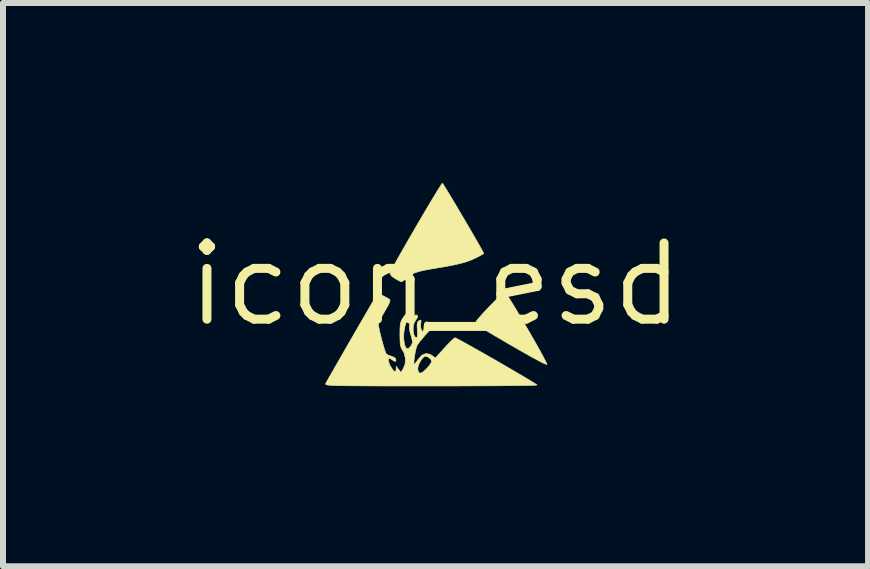
<source format=kicad_pcb>
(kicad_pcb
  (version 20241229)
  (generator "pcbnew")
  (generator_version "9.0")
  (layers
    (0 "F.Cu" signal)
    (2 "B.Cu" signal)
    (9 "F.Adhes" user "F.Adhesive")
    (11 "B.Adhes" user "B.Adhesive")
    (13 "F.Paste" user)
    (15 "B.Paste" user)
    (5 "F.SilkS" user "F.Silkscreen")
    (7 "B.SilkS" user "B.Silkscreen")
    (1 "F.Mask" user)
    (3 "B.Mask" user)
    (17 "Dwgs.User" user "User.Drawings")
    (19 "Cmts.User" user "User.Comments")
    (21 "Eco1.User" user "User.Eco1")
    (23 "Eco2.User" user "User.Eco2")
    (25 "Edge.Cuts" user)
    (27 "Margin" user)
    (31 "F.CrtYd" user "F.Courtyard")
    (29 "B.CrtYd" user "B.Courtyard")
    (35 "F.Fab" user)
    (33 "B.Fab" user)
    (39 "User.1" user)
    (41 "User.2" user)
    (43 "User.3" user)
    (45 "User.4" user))
  (footprint "icon_esd"
    (layer "F.Cu")
    (at 4.21 1.691)
    (property "Reference" "icon_esd" (at 0 0 0) (layer "F.SilkS") (effects (font (size 1.27 1.27) (thickness 0.15))))
    (attr through_hole)
    (fp_poly (pts (xy 1.174 0.15) (xy 1.209 0.201) (xy 1.258 0.278) (xy 1.318 0.376) (xy 1.386 0.49) (xy 1.459 0.614) (xy 1.535 0.743) (xy 1.609 0.871) (xy 1.679 0.994) (xy 1.742 1.106) (xy 1.794 1.202) (xy 1.832 1.275) (xy 1.854 1.322) (xy 1.858 1.336) (xy 1.839 1.331) (xy 1.788 1.308) (xy 1.711 1.268) (xy 1.612 1.215) (xy 1.497 1.15) (xy 1.397 1.093) (xy 1.21 0.986) (xy 1.057 0.896) (xy 0.934 0.824) (xy 0.839 0.767) (xy 0.768 0.723) (xy 0.719 0.69) (xy 0.687 0.666) (xy 0.671 0.65) (xy 0.667 0.639) (xy 0.681 0.613) (xy 0.719 0.565) (xy 0.775 0.501) (xy 0.843 0.427) (xy 0.917 0.35) (xy 0.99 0.276) (xy 1.058 0.211) (xy 1.112 0.162) (xy 1.148 0.135) (xy 1.157 0.131) (xy 1.174 0.15)) (stroke (width 0.01) (type solid)) (fill yes) (layer "F.SilkS"))
    (fp_poly (pts (xy 0.129 -1.668) (xy 0.16 -1.618) (xy 0.207 -1.542) (xy 0.265 -1.445) (xy 0.332 -1.334) (xy 0.404 -1.212) (xy 0.479 -1.085) (xy 0.553 -0.959) (xy 0.623 -0.839) (xy 0.685 -0.731) (xy 0.738 -0.639) (xy 0.777 -0.569) (xy 0.8 -0.526) (xy 0.804 -0.516) (xy 0.787 -0.503) (xy 0.742 -0.478) (xy 0.681 -0.446) (xy 0.595 -0.407) (xy 0.502 -0.373) (xy 0.395 -0.344) (xy 0.264 -0.315) (xy 0.101 -0.286) (xy 0.048 -0.277) (xy -0.095 -0.253) (xy -0.205 -0.232) (xy -0.286 -0.212) (xy -0.349 -0.191) (xy -0.398 -0.166) (xy -0.443 -0.135) (xy -0.466 -0.116) (xy -0.518 -0.075) (xy -0.556 -0.048) (xy -0.568 -0.043) (xy -0.593 -0.053) (xy -0.641 -0.078) (xy -0.674 -0.098) (xy -0.732 -0.139) (xy -0.756 -0.172) (xy -0.756 -0.192) (xy -0.742 -0.222) (xy -0.71 -0.283) (xy -0.663 -0.37) (xy -0.603 -0.477) (xy -0.533 -0.6) (xy -0.456 -0.735) (xy -0.374 -0.876) (xy -0.291 -1.02) (xy -0.208 -1.16) (xy -0.13 -1.293) (xy -0.057 -1.415) (xy 0.006 -1.519) (xy 0.057 -1.602) (xy 0.094 -1.659) (xy 0.113 -1.685) (xy 0.115 -1.686) (xy 0.129 -1.668)) (stroke (width 0.01) (type solid)) (fill yes) (layer "F.SilkS"))
    (fp_poly (pts (xy -0.943 0.157) (xy -0.899 0.177) (xy -0.844 0.205) (xy -0.791 0.234) (xy -0.766 0.25) (xy -0.758 0.267) (xy -0.767 0.302) (xy -0.795 0.36) (xy -0.845 0.446) (xy -0.891 0.527) (xy -0.928 0.597) (xy -0.949 0.647) (xy -0.952 0.663) (xy -0.947 0.704) (xy -0.933 0.773) (xy -0.913 0.858) (xy -0.889 0.949) (xy -0.865 1.035) (xy -0.843 1.105) (xy -0.827 1.149) (xy -0.822 1.157) (xy -0.788 1.18) (xy -0.738 1.197) (xy -0.689 1.216) (xy -0.663 1.241) (xy -0.659 1.277) (xy -0.68 1.284) (xy -0.719 1.26) (xy -0.72 1.259) (xy -0.762 1.232) (xy -0.784 1.239) (xy -0.787 1.275) (xy -0.766 1.334) (xy -0.756 1.355) (xy -0.716 1.42) (xy -0.684 1.453) (xy -0.663 1.449) (xy -0.656 1.415) (xy -0.655 1.365) (xy -0.616 1.416) (xy -0.577 1.467) (xy -0.539 1.409) (xy -0.536 1.401) (xy -0.296 1.401) (xy -0.287 1.46) (xy -0.259 1.482) (xy -0.214 1.465) (xy -0.153 1.411) (xy -0.14 1.397) (xy -0.097 1.344) (xy -0.069 1.3) (xy -0.064 1.282) (xy -0.081 1.245) (xy -0.121 1.212) (xy -0.166 1.197) (xy -0.182 1.2) (xy -0.218 1.23) (xy -0.255 1.285) (xy -0.285 1.347) (xy -0.296 1.401) (xy -0.536 1.401) (xy -0.507 1.327) (xy -0.502 1.232) (xy -0.524 1.141) (xy -0.547 1.101) (xy -0.569 1.066) (xy -0.582 1.025) (xy -0.59 0.968) (xy -0.592 0.884) (xy -0.593 0.835) (xy -0.592 0.739) (xy -0.587 0.673) (xy -0.577 0.626) (xy -0.558 0.584) (xy -0.528 0.538) (xy -0.48 0.479) (xy -0.439 0.449) (xy -0.412 0.45) (xy -0.402 0.484) (xy -0.417 0.527) (xy -0.444 0.561) (xy -0.483 0.618) (xy -0.511 0.704) (xy -0.528 0.805) (xy -0.53 0.908) (xy -0.517 1) (xy -0.509 1.025) (xy -0.483 1.07) (xy -0.454 1.073) (xy -0.417 1.036) (xy -0.409 1.024) (xy -0.388 0.983) (xy -0.385 0.941) (xy -0.4 0.882) (xy -0.426 0.789) (xy -0.437 0.724) (xy -0.434 0.673) (xy -0.417 0.625) (xy -0.4 0.594) (xy -0.366 0.543) (xy -0.335 0.512) (xy -0.324 0.508) (xy -0.299 0.522) (xy -0.303 0.556) (xy -0.329 0.594) (xy -0.357 0.644) (xy -0.371 0.709) (xy -0.372 0.779) (xy -0.361 0.839) (xy -0.338 0.879) (xy -0.315 0.889) (xy -0.301 0.874) (xy -0.299 0.825) (xy -0.303 0.766) (xy -0.307 0.675) (xy -0.296 0.624) (xy -0.291 0.617) (xy -0.257 0.594) (xy -0.24 0.605) (xy -0.244 0.637) (xy -0.25 0.687) (xy -0.243 0.738) (xy -0.226 0.775) (xy -0.211 0.783) (xy -0.197 0.765) (xy -0.191 0.719) (xy -0.191 0.71) (xy -0.183 0.648) (xy -0.158 0.624) (xy -0.11 0.633) (xy -0.084 0.646) (xy -0.02 0.679) (xy -0.149 0.821) (xy -0.21 0.891) (xy -0.264 0.956) (xy -0.3 1.005) (xy -0.307 1.017) (xy -0.321 1.058) (xy -0.336 1.119) (xy -0.348 1.189) (xy -0.357 1.256) (xy -0.36 1.308) (xy -0.356 1.333) (xy -0.355 1.333) (xy -0.338 1.317) (xy -0.307 1.277) (xy -0.29 1.251) (xy -0.227 1.181) (xy -0.161 1.152) (xy -0.092 1.165) (xy -0.061 1.184) (xy -0.002 1.227) (xy 0.151 1.058) (xy 0.215 0.989) (xy 0.271 0.934) (xy 0.31 0.898) (xy 0.325 0.889) (xy 0.349 0.899) (xy 0.403 0.928) (xy 0.484 0.972) (xy 0.586 1.029) (xy 0.704 1.096) (xy 0.834 1.169) (xy 0.97 1.247) (xy 1.107 1.326) (xy 1.241 1.404) (xy 1.366 1.477) (xy 1.478 1.543) (xy 1.571 1.599) (xy 1.641 1.642) (xy 1.683 1.669) (xy 1.693 1.677) (xy 1.672 1.68) (xy 1.612 1.682) (xy 1.516 1.684) (xy 1.387 1.686) (xy 1.229 1.688) (xy 1.043 1.69) (xy 0.833 1.691) (xy 0.603 1.692) (xy 0.355 1.693) (xy 0.093 1.693) (xy -0.076 1.693) (xy -0.392 1.693) (xy -0.667 1.693) (xy -0.906 1.693) (xy -1.11 1.692) (xy -1.282 1.691) (xy -1.425 1.69) (xy -1.541 1.689) (xy -1.634 1.687) (xy -1.705 1.684) (xy -1.757 1.681) (xy -1.794 1.678) (xy -1.817 1.673) (xy -1.829 1.668) (xy -1.833 1.662) (xy -1.832 1.658) (xy -1.82 1.634) (xy -1.789 1.578) (xy -1.742 1.496) (xy -1.683 1.392) (xy -1.613 1.271) (xy -1.536 1.137) (xy -1.455 0.995) (xy -1.371 0.851) (xy -1.289 0.708) (xy -1.21 0.572) (xy -1.137 0.447) (xy -1.074 0.338) (xy -1.022 0.25) (xy -0.985 0.187) (xy -0.966 0.155) (xy -0.963 0.152) (xy -0.943 0.157)) (stroke (width 0.01) (type solid)) (fill yes) (layer "F.SilkS")))
  (gr_rect
    (start -3 -3)
    (end 11.421 6.39)
    (stroke (width 0.1) (type default))
    (fill no)
    (layer "Edge.Cuts")))
</source>
